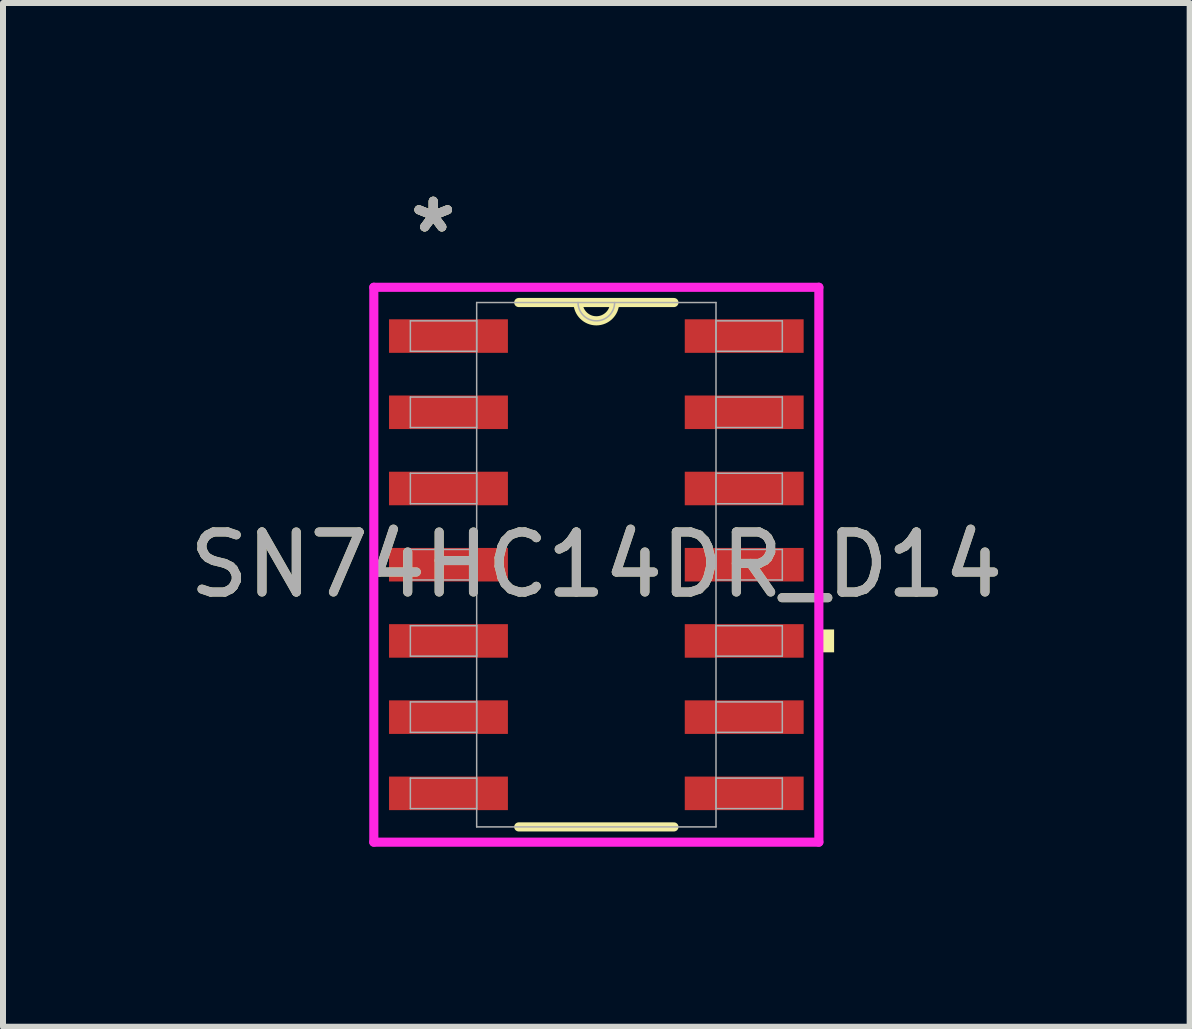
<source format=kicad_pcb>
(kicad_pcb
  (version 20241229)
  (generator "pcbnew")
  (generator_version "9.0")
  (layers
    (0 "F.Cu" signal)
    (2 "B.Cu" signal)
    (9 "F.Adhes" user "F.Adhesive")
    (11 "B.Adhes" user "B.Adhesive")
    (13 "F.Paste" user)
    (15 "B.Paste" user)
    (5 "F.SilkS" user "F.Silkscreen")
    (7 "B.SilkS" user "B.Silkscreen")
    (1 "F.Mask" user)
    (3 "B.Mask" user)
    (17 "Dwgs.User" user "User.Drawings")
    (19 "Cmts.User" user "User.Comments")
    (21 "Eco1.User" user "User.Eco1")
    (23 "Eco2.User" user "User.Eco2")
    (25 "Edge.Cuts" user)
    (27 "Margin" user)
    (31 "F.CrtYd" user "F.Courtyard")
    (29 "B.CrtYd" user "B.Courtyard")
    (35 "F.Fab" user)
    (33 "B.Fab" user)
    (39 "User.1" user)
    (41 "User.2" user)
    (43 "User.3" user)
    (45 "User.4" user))
  (footprint "SN74HC14DR_D14"
    (layer "F.Cu")
    (at 6.887 6.36)
    (property "Reference" "SN74HC14DR_D14" (at 0 0 0) (unlocked yes) (layer "F.SilkS") (effects (font (size 1 1) (thickness 0.15))))
    (attr smd)
    (fp_line (start -1.293 4.369) (end 1.293 4.369) (stroke (width 0.152) (type solid)) (layer "F.SilkS"))
    (fp_line (start 1.293 -4.369) (end -1.293 -4.369) (stroke (width 0.152) (type solid)) (layer "F.SilkS"))
    (fp_arc (start 0.3048 -4.3688) (mid 0 -4.064) (end -0.3048 -4.3688) (stroke (width 0.1524) (type solid)) (layer "F.SilkS"))
    (fp_poly (pts (xy 3.962 1.079) (xy 3.962 1.46) (xy 3.708 1.46) (xy 3.708 1.079)) (stroke (width 0) (type solid)) (fill yes) (layer "F.SilkS"))
    (fp_line (start -3.708 -4.623) (end 3.708 -4.623) (stroke (width 0.152) (type solid)) (layer "F.CrtYd"))
    (fp_line (start -3.708 4.623) (end -3.708 -4.623) (stroke (width 0.152) (type solid)) (layer "F.CrtYd"))
    (fp_line (start 3.708 -4.623) (end 3.708 4.623) (stroke (width 0.152) (type solid)) (layer "F.CrtYd"))
    (fp_line (start 3.708 4.623) (end -3.708 4.623) (stroke (width 0.152) (type solid)) (layer "F.CrtYd"))
    (fp_line (start -3.099 -4.064) (end -3.099 -3.556) (stroke (width 0.025) (type solid)) (layer "F.Fab"))
    (fp_line (start -3.099 -3.556) (end -1.994 -3.556) (stroke (width 0.025) (type solid)) (layer "F.Fab"))
    (fp_line (start -3.099 -2.794) (end -3.099 -2.286) (stroke (width 0.025) (type solid)) (layer "F.Fab"))
    (fp_line (start -3.099 -2.286) (end -1.994 -2.286) (stroke (width 0.025) (type solid)) (layer "F.Fab"))
    (fp_line (start -3.099 -1.524) (end -3.099 -1.016) (stroke (width 0.025) (type solid)) (layer "F.Fab"))
    (fp_line (start -3.099 -1.016) (end -1.994 -1.016) (stroke (width 0.025) (type solid)) (layer "F.Fab"))
    (fp_line (start -3.099 -0.254) (end -3.099 0.254) (stroke (width 0.025) (type solid)) (layer "F.Fab"))
    (fp_line (start -3.099 0.254) (end -1.994 0.254) (stroke (width 0.025) (type solid)) (layer "F.Fab"))
    (fp_line (start -3.099 1.016) (end -3.099 1.524) (stroke (width 0.025) (type solid)) (layer "F.Fab"))
    (fp_line (start -3.099 1.524) (end -1.994 1.524) (stroke (width 0.025) (type solid)) (layer "F.Fab"))
    (fp_line (start -3.099 2.286) (end -3.099 2.794) (stroke (width 0.025) (type solid)) (layer "F.Fab"))
    (fp_line (start -3.099 2.794) (end -1.994 2.794) (stroke (width 0.025) (type solid)) (layer "F.Fab"))
    (fp_line (start -3.099 3.556) (end -3.099 4.064) (stroke (width 0.025) (type solid)) (layer "F.Fab"))
    (fp_line (start -3.099 4.064) (end -1.994 4.064) (stroke (width 0.025) (type solid)) (layer "F.Fab"))
    (fp_line (start -1.994 -4.369) (end -1.994 4.369) (stroke (width 0.025) (type solid)) (layer "F.Fab"))
    (fp_line (start -1.994 -4.064) (end -3.099 -4.064) (stroke (width 0.025) (type solid)) (layer "F.Fab"))
    (fp_line (start -1.994 -3.556) (end -1.994 -4.064) (stroke (width 0.025) (type solid)) (layer "F.Fab"))
    (fp_line (start -1.994 -2.794) (end -3.099 -2.794) (stroke (width 0.025) (type solid)) (layer "F.Fab"))
    (fp_line (start -1.994 -2.286) (end -1.994 -2.794) (stroke (width 0.025) (type solid)) (layer "F.Fab"))
    (fp_line (start -1.994 -1.524) (end -3.099 -1.524) (stroke (width 0.025) (type solid)) (layer "F.Fab"))
    (fp_line (start -1.994 -1.016) (end -1.994 -1.524) (stroke (width 0.025) (type solid)) (layer "F.Fab"))
    (fp_line (start -1.994 -0.254) (end -3.099 -0.254) (stroke (width 0.025) (type solid)) (layer "F.Fab"))
    (fp_line (start -1.994 0.254) (end -1.994 -0.254) (stroke (width 0.025) (type solid)) (layer "F.Fab"))
    (fp_line (start -1.994 1.016) (end -3.099 1.016) (stroke (width 0.025) (type solid)) (layer "F.Fab"))
    (fp_line (start -1.994 1.524) (end -1.994 1.016) (stroke (width 0.025) (type solid)) (layer "F.Fab"))
    (fp_line (start -1.994 2.286) (end -3.099 2.286) (stroke (width 0.025) (type solid)) (layer "F.Fab"))
    (fp_line (start -1.994 2.794) (end -1.994 2.286) (stroke (width 0.025) (type solid)) (layer "F.Fab"))
    (fp_line (start -1.994 3.556) (end -3.099 3.556) (stroke (width 0.025) (type solid)) (layer "F.Fab"))
    (fp_line (start -1.994 4.064) (end -1.994 3.556) (stroke (width 0.025) (type solid)) (layer "F.Fab"))
    (fp_line (start -1.994 4.369) (end 1.994 4.369) (stroke (width 0.025) (type solid)) (layer "F.Fab"))
    (fp_line (start 1.994 -4.369) (end -1.994 -4.369) (stroke (width 0.025) (type solid)) (layer "F.Fab"))
    (fp_line (start 1.994 -4.064) (end 1.994 -3.556) (stroke (width 0.025) (type solid)) (layer "F.Fab"))
    (fp_line (start 1.994 -3.556) (end 3.099 -3.556) (stroke (width 0.025) (type solid)) (layer "F.Fab"))
    (fp_line (start 1.994 -2.794) (end 1.994 -2.286) (stroke (width 0.025) (type solid)) (layer "F.Fab"))
    (fp_line (start 1.994 -2.286) (end 3.099 -2.286) (stroke (width 0.025) (type solid)) (layer "F.Fab"))
    (fp_line (start 1.994 -1.524) (end 1.994 -1.016) (stroke (width 0.025) (type solid)) (layer "F.Fab"))
    (fp_line (start 1.994 -1.016) (end 3.099 -1.016) (stroke (width 0.025) (type solid)) (layer "F.Fab"))
    (fp_line (start 1.994 -0.254) (end 1.994 0.254) (stroke (width 0.025) (type solid)) (layer "F.Fab"))
    (fp_line (start 1.994 0.254) (end 3.099 0.254) (stroke (width 0.025) (type solid)) (layer "F.Fab"))
    (fp_line (start 1.994 1.016) (end 1.994 1.524) (stroke (width 0.025) (type solid)) (layer "F.Fab"))
    (fp_line (start 1.994 1.524) (end 3.099 1.524) (stroke (width 0.025) (type solid)) (layer "F.Fab"))
    (fp_line (start 1.994 2.286) (end 1.994 2.794) (stroke (width 0.025) (type solid)) (layer "F.Fab"))
    (fp_line (start 1.994 2.794) (end 3.099 2.794) (stroke (width 0.025) (type solid)) (layer "F.Fab"))
    (fp_line (start 1.994 3.556) (end 1.994 4.064) (stroke (width 0.025) (type solid)) (layer "F.Fab"))
    (fp_line (start 1.994 4.064) (end 3.099 4.064) (stroke (width 0.025) (type solid)) (layer "F.Fab"))
    (fp_line (start 1.994 4.369) (end 1.994 -4.369) (stroke (width 0.025) (type solid)) (layer "F.Fab"))
    (fp_line (start 3.099 -4.064) (end 1.994 -4.064) (stroke (width 0.025) (type solid)) (layer "F.Fab"))
    (fp_line (start 3.099 -3.556) (end 3.099 -4.064) (stroke (width 0.025) (type solid)) (layer "F.Fab"))
    (fp_line (start 3.099 -2.794) (end 1.994 -2.794) (stroke (width 0.025) (type solid)) (layer "F.Fab"))
    (fp_line (start 3.099 -2.286) (end 3.099 -2.794) (stroke (width 0.025) (type solid)) (layer "F.Fab"))
    (fp_line (start 3.099 -1.524) (end 1.994 -1.524) (stroke (width 0.025) (type solid)) (layer "F.Fab"))
    (fp_line (start 3.099 -1.016) (end 3.099 -1.524) (stroke (width 0.025) (type solid)) (layer "F.Fab"))
    (fp_line (start 3.099 -0.254) (end 1.994 -0.254) (stroke (width 0.025) (type solid)) (layer "F.Fab"))
    (fp_line (start 3.099 0.254) (end 3.099 -0.254) (stroke (width 0.025) (type solid)) (layer "F.Fab"))
    (fp_line (start 3.099 1.016) (end 1.994 1.016) (stroke (width 0.025) (type solid)) (layer "F.Fab"))
    (fp_line (start 3.099 1.524) (end 3.099 1.016) (stroke (width 0.025) (type solid)) (layer "F.Fab"))
    (fp_line (start 3.099 2.286) (end 1.994 2.286) (stroke (width 0.025) (type solid)) (layer "F.Fab"))
    (fp_line (start 3.099 2.794) (end 3.099 2.286) (stroke (width 0.025) (type solid)) (layer "F.Fab"))
    (fp_line (start 3.099 3.556) (end 1.994 3.556) (stroke (width 0.025) (type solid)) (layer "F.Fab"))
    (fp_line (start 3.099 4.064) (end 3.099 3.556) (stroke (width 0.025) (type solid)) (layer "F.Fab"))
    (fp_arc (start 0.3048 -4.3688) (mid 0 -4.064) (end -0.3048 -4.3688) (stroke (width 0.0254) (type solid)) (layer "F.Fab"))
    (fp_text user "*" (at -2.718 -5.512 0) (layer "F.SilkS") (effects (font (size 1 1) (thickness 0.15))))
    (fp_text user "*" (at -2.718 -5.512 0) (unlocked yes) (layer "F.SilkS") (effects (font (size 1 1) (thickness 0.15))))
    (fp_text user "*" (at -2.718 -5.512 0) (unlocked yes) (layer "F.Fab") (effects (font (size 1 1) (thickness 0.15))))
    (fp_text user "*" (at -2.718 -5.512 0) (layer "F.Fab") (effects (font (size 1 1) (thickness 0.15))))
    (fp_text user "${REFERENCE}" (at 0 0 0) (unlocked yes) (layer "F.Fab") (effects (font (size 1 1) (thickness 0.15))))
    (pad "1" smd rect (at -2.464 -3.81) (size 1.981 0.559) (layers "F.Cu" "F.Mask" "F.Paste"))
    (pad "2" smd rect (at -2.464 -2.54) (size 1.981 0.559) (layers "F.Cu" "F.Mask" "F.Paste"))
    (pad "3" smd rect (at -2.464 -1.27) (size 1.981 0.559) (layers "F.Cu" "F.Mask" "F.Paste"))
    (pad "4" smd rect (at -2.464 0) (size 1.981 0.559) (layers "F.Cu" "F.Mask" "F.Paste"))
    (pad "5" smd rect (at -2.464 1.27) (size 1.981 0.559) (layers "F.Cu" "F.Mask" "F.Paste"))
    (pad "6" smd rect (at -2.464 2.54) (size 1.981 0.559) (layers "F.Cu" "F.Mask" "F.Paste"))
    (pad "7" smd rect (at -2.464 3.81) (size 1.981 0.559) (layers "F.Cu" "F.Mask" "F.Paste"))
    (pad "8" smd rect (at 2.464 3.81) (size 1.981 0.559) (layers "F.Cu" "F.Mask" "F.Paste"))
    (pad "9" smd rect (at 2.464 2.54) (size 1.981 0.559) (layers "F.Cu" "F.Mask" "F.Paste"))
    (pad "10" smd rect (at 2.464 1.27) (size 1.981 0.559) (layers "F.Cu" "F.Mask" "F.Paste"))
    (pad "11" smd rect (at 2.464 0) (size 1.981 0.559) (layers "F.Cu" "F.Mask" "F.Paste"))
    (pad "12" smd rect (at 2.464 -1.27) (size 1.981 0.559) (layers "F.Cu" "F.Mask" "F.Paste"))
    (pad "13" smd rect (at 2.464 -2.54) (size 1.981 0.559) (layers "F.Cu" "F.Mask" "F.Paste"))
    (pad "14" smd rect (at 2.464 -3.81) (size 1.981 0.559) (layers "F.Cu" "F.Mask" "F.Paste")))
  (gr_rect
    (start -3 -3)
    (end 16.774 14.059)
    (stroke (width 0.1) (type default))
    (fill no)
    (layer "Edge.Cuts")))
</source>
